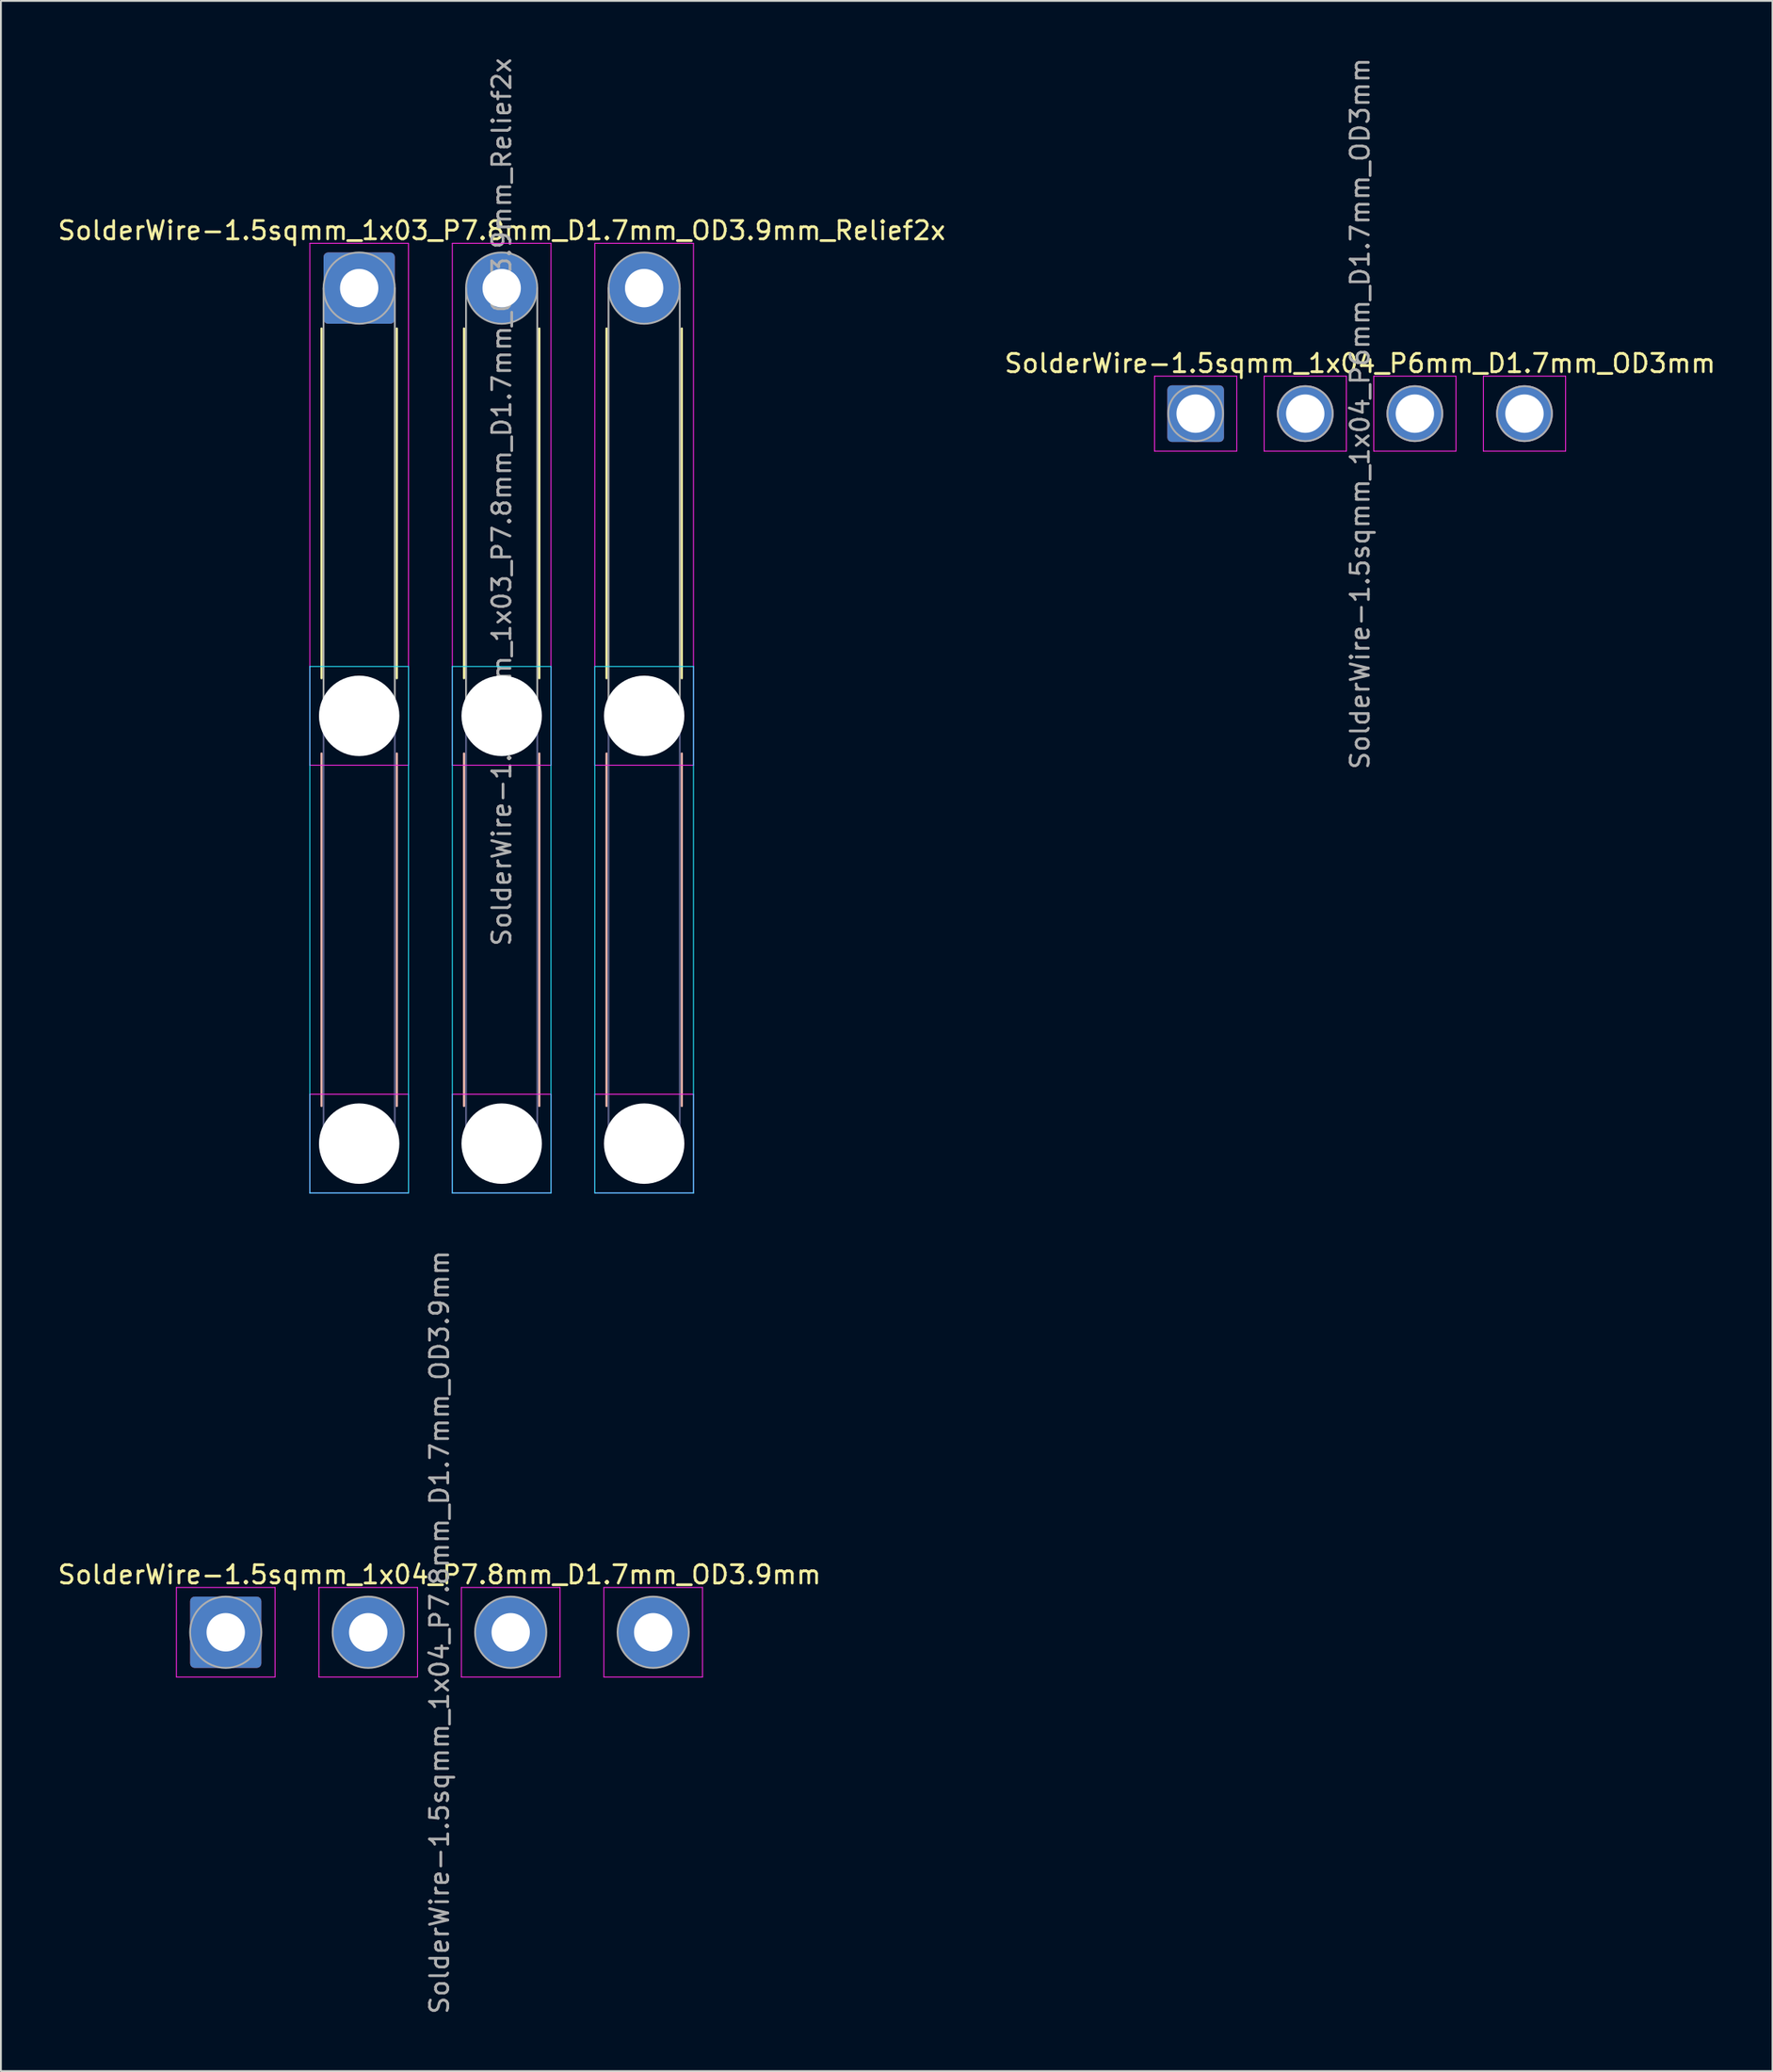
<source format=kicad_pcb>
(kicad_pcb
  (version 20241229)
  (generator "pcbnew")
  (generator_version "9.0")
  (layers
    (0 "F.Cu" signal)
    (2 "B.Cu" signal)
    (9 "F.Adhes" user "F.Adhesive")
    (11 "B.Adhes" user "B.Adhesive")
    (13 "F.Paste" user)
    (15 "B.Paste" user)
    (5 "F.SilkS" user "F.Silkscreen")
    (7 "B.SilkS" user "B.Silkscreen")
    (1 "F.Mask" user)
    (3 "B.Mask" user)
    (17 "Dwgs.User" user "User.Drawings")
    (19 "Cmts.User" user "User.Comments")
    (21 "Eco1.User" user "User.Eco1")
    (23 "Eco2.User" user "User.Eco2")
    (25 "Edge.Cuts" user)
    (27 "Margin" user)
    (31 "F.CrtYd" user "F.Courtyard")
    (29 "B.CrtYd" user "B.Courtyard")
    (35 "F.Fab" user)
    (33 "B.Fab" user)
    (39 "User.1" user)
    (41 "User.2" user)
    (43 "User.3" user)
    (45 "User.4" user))
  (footprint "SolderWire-1.5sqmm_1x03_P7.8mm_D1.7mm_OD3.9mm_Relief2x"
    (layer "F.Cu")
    (at 16.611 12.711)
    (property "Reference" "SolderWire-1.5sqmm_1x03_P7.8mm_D1.7mm_OD3.9mm_Relief2x" (at 7.8 -3.15 0) (layer "F.SilkS") (effects (font (size 1 1) (thickness 0.15))))
    (attr exclude_from_pos_files exclude_from_bom)
    (fp_line (start -2.06 2.21) (end -2.06 21.34) (stroke (width 0.12) (type solid)) (layer "F.SilkS"))
    (fp_line (start 2.06 2.21) (end 2.06 21.34) (stroke (width 0.12) (type solid)) (layer "F.SilkS"))
    (fp_line (start 5.74 2.21) (end 5.74 21.34) (stroke (width 0.12) (type solid)) (layer "F.SilkS"))
    (fp_line (start 9.86 2.21) (end 9.86 21.34) (stroke (width 0.12) (type solid)) (layer "F.SilkS"))
    (fp_line (start 13.54 2.21) (end 13.54 21.34) (stroke (width 0.12) (type solid)) (layer "F.SilkS"))
    (fp_line (start 17.66 2.21) (end 17.66 21.34) (stroke (width 0.12) (type solid)) (layer "F.SilkS"))
    (fp_line (start -2.06 25.46) (end -2.06 44.74) (stroke (width 0.12) (type solid)) (layer "B.SilkS"))
    (fp_line (start 2.06 25.46) (end 2.06 44.74) (stroke (width 0.12) (type solid)) (layer "B.SilkS"))
    (fp_line (start 5.74 25.46) (end 5.74 44.74) (stroke (width 0.12) (type solid)) (layer "B.SilkS"))
    (fp_line (start 9.86 25.46) (end 9.86 44.74) (stroke (width 0.12) (type solid)) (layer "B.SilkS"))
    (fp_line (start 13.54 25.46) (end 13.54 44.74) (stroke (width 0.12) (type solid)) (layer "B.SilkS"))
    (fp_line (start 17.66 25.46) (end 17.66 44.74) (stroke (width 0.12) (type solid)) (layer "B.SilkS"))
    (fp_line (start -2.7 20.7) (end -2.7 49.5) (stroke (width 0.05) (type solid)) (layer "B.CrtYd"))
    (fp_line (start -2.7 49.5) (end 2.7 49.5) (stroke (width 0.05) (type solid)) (layer "B.CrtYd"))
    (fp_line (start 2.7 20.7) (end -2.7 20.7) (stroke (width 0.05) (type solid)) (layer "B.CrtYd"))
    (fp_line (start 2.7 49.5) (end 2.7 20.7) (stroke (width 0.05) (type solid)) (layer "B.CrtYd"))
    (fp_line (start 5.1 20.7) (end 5.1 49.5) (stroke (width 0.05) (type solid)) (layer "B.CrtYd"))
    (fp_line (start 5.1 49.5) (end 10.5 49.5) (stroke (width 0.05) (type solid)) (layer "B.CrtYd"))
    (fp_line (start 10.5 20.7) (end 5.1 20.7) (stroke (width 0.05) (type solid)) (layer "B.CrtYd"))
    (fp_line (start 10.5 49.5) (end 10.5 20.7) (stroke (width 0.05) (type solid)) (layer "B.CrtYd"))
    (fp_line (start 12.9 20.7) (end 12.9 49.5) (stroke (width 0.05) (type solid)) (layer "B.CrtYd"))
    (fp_line (start 12.9 49.5) (end 18.3 49.5) (stroke (width 0.05) (type solid)) (layer "B.CrtYd"))
    (fp_line (start 18.3 20.7) (end 12.9 20.7) (stroke (width 0.05) (type solid)) (layer "B.CrtYd"))
    (fp_line (start 18.3 49.5) (end 18.3 20.7) (stroke (width 0.05) (type solid)) (layer "B.CrtYd"))
    (fp_line (start -2.7 -2.45) (end -2.7 26.1) (stroke (width 0.05) (type solid)) (layer "F.CrtYd"))
    (fp_line (start -2.7 26.1) (end 2.7 26.1) (stroke (width 0.05) (type solid)) (layer "F.CrtYd"))
    (fp_line (start -2.7 44.1) (end -2.7 49.5) (stroke (width 0.05) (type solid)) (layer "F.CrtYd"))
    (fp_line (start -2.7 49.5) (end 2.7 49.5) (stroke (width 0.05) (type solid)) (layer "F.CrtYd"))
    (fp_line (start 2.7 -2.45) (end -2.7 -2.45) (stroke (width 0.05) (type solid)) (layer "F.CrtYd"))
    (fp_line (start 2.7 26.1) (end 2.7 -2.45) (stroke (width 0.05) (type solid)) (layer "F.CrtYd"))
    (fp_line (start 2.7 44.1) (end -2.7 44.1) (stroke (width 0.05) (type solid)) (layer "F.CrtYd"))
    (fp_line (start 2.7 49.5) (end 2.7 44.1) (stroke (width 0.05) (type solid)) (layer "F.CrtYd"))
    (fp_line (start 5.1 -2.45) (end 5.1 26.1) (stroke (width 0.05) (type solid)) (layer "F.CrtYd"))
    (fp_line (start 5.1 26.1) (end 10.5 26.1) (stroke (width 0.05) (type solid)) (layer "F.CrtYd"))
    (fp_line (start 5.1 44.1) (end 5.1 49.5) (stroke (width 0.05) (type solid)) (layer "F.CrtYd"))
    (fp_line (start 5.1 49.5) (end 10.5 49.5) (stroke (width 0.05) (type solid)) (layer "F.CrtYd"))
    (fp_line (start 10.5 -2.45) (end 5.1 -2.45) (stroke (width 0.05) (type solid)) (layer "F.CrtYd"))
    (fp_line (start 10.5 26.1) (end 10.5 -2.45) (stroke (width 0.05) (type solid)) (layer "F.CrtYd"))
    (fp_line (start 10.5 44.1) (end 5.1 44.1) (stroke (width 0.05) (type solid)) (layer "F.CrtYd"))
    (fp_line (start 10.5 49.5) (end 10.5 44.1) (stroke (width 0.05) (type solid)) (layer "F.CrtYd"))
    (fp_line (start 12.9 -2.45) (end 12.9 26.1) (stroke (width 0.05) (type solid)) (layer "F.CrtYd"))
    (fp_line (start 12.9 26.1) (end 18.3 26.1) (stroke (width 0.05) (type solid)) (layer "F.CrtYd"))
    (fp_line (start 12.9 44.1) (end 12.9 49.5) (stroke (width 0.05) (type solid)) (layer "F.CrtYd"))
    (fp_line (start 12.9 49.5) (end 18.3 49.5) (stroke (width 0.05) (type solid)) (layer "F.CrtYd"))
    (fp_line (start 18.3 -2.45) (end 12.9 -2.45) (stroke (width 0.05) (type solid)) (layer "F.CrtYd"))
    (fp_line (start 18.3 26.1) (end 18.3 -2.45) (stroke (width 0.05) (type solid)) (layer "F.CrtYd"))
    (fp_line (start 18.3 44.1) (end 12.9 44.1) (stroke (width 0.05) (type solid)) (layer "F.CrtYd"))
    (fp_line (start 18.3 49.5) (end 18.3 44.1) (stroke (width 0.05) (type solid)) (layer "F.CrtYd"))
    (fp_line (start -1.95 23.4) (end -1.95 46.8) (stroke (width 0.1) (type solid)) (layer "B.Fab"))
    (fp_line (start 1.95 23.4) (end 1.95 46.8) (stroke (width 0.1) (type solid)) (layer "B.Fab"))
    (fp_line (start 5.85 23.4) (end 5.85 46.8) (stroke (width 0.1) (type solid)) (layer "B.Fab"))
    (fp_line (start 9.75 23.4) (end 9.75 46.8) (stroke (width 0.1) (type solid)) (layer "B.Fab"))
    (fp_line (start 13.65 23.4) (end 13.65 46.8) (stroke (width 0.1) (type solid)) (layer "B.Fab"))
    (fp_line (start 17.55 23.4) (end 17.55 46.8) (stroke (width 0.1) (type solid)) (layer "B.Fab"))
    (fp_circle (center 0 23.4) (end 1.95 23.4) (stroke (width 0.1) (type solid)) (fill no) (layer "B.Fab"))
    (fp_circle (center 0 46.8) (end 1.95 46.8) (stroke (width 0.1) (type solid)) (fill no) (layer "B.Fab"))
    (fp_circle (center 7.8 23.4) (end 9.75 23.4) (stroke (width 0.1) (type solid)) (fill no) (layer "B.Fab"))
    (fp_circle (center 7.8 46.8) (end 9.75 46.8) (stroke (width 0.1) (type solid)) (fill no) (layer "B.Fab"))
    (fp_circle (center 15.6 23.4) (end 17.55 23.4) (stroke (width 0.1) (type solid)) (fill no) (layer "B.Fab"))
    (fp_circle (center 15.6 46.8) (end 17.55 46.8) (stroke (width 0.1) (type solid)) (fill no) (layer "B.Fab"))
    (fp_line (start -1.95 0) (end -1.95 23.4) (stroke (width 0.1) (type solid)) (layer "F.Fab"))
    (fp_line (start 1.95 0) (end 1.95 23.4) (stroke (width 0.1) (type solid)) (layer "F.Fab"))
    (fp_line (start 5.85 0) (end 5.85 23.4) (stroke (width 0.1) (type solid)) (layer "F.Fab"))
    (fp_line (start 9.75 0) (end 9.75 23.4) (stroke (width 0.1) (type solid)) (layer "F.Fab"))
    (fp_line (start 13.65 0) (end 13.65 23.4) (stroke (width 0.1) (type solid)) (layer "F.Fab"))
    (fp_line (start 17.55 0) (end 17.55 23.4) (stroke (width 0.1) (type solid)) (layer "F.Fab"))
    (fp_circle (center 0 0) (end 1.95 0) (stroke (width 0.1) (type solid)) (fill no) (layer "F.Fab"))
    (fp_circle (center 0 23.4) (end 1.95 23.4) (stroke (width 0.1) (type solid)) (fill no) (layer "F.Fab"))
    (fp_circle (center 0 46.8) (end 1.95 46.8) (stroke (width 0.1) (type solid)) (fill no) (layer "F.Fab"))
    (fp_circle (center 7.8 0) (end 9.75 0) (stroke (width 0.1) (type solid)) (fill no) (layer "F.Fab"))
    (fp_circle (center 7.8 23.4) (end 9.75 23.4) (stroke (width 0.1) (type solid)) (fill no) (layer "F.Fab"))
    (fp_circle (center 7.8 46.8) (end 9.75 46.8) (stroke (width 0.1) (type solid)) (fill no) (layer "F.Fab"))
    (fp_circle (center 15.6 0) (end 17.55 0) (stroke (width 0.1) (type solid)) (fill no) (layer "F.Fab"))
    (fp_circle (center 15.6 23.4) (end 17.55 23.4) (stroke (width 0.1) (type solid)) (fill no) (layer "F.Fab"))
    (fp_circle (center 15.6 46.8) (end 17.55 46.8) (stroke (width 0.1) (type solid)) (fill no) (layer "F.Fab"))
    (fp_text user "${REFERENCE}" (at 7.8 11.7 90) (layer "F.Fab") (effects (font (size 1 1) (thickness 0.15))))
    (pad "" np_thru_hole circle (at 0 23.4) (size 4.4 4.4) (drill 4.4) (layers "*.Cu" "*.Mask"))
    (pad "" np_thru_hole circle (at 0 46.8) (size 4.4 4.4) (drill 4.4) (layers "*.Cu" "*.Mask"))
    (pad "" np_thru_hole circle (at 7.8 23.4) (size 4.4 4.4) (drill 4.4) (layers "*.Cu" "*.Mask"))
    (pad "" np_thru_hole circle (at 7.8 46.8) (size 4.4 4.4) (drill 4.4) (layers "*.Cu" "*.Mask"))
    (pad "" np_thru_hole circle (at 15.6 23.4) (size 4.4 4.4) (drill 4.4) (layers "*.Cu" "*.Mask"))
    (pad "" np_thru_hole circle (at 15.6 46.8) (size 4.4 4.4) (drill 4.4) (layers "*.Cu" "*.Mask"))
    (pad "1" thru_hole roundrect (at 0 0) (size 3.9 3.9) (drill 2.1) (layers "*.Cu" "*.Mask") (roundrect_rratio 0.064))
    (pad "2" thru_hole circle (at 7.8 0) (size 3.9 3.9) (drill 2.1) (layers "*.Cu" "*.Mask"))
    (pad "3" thru_hole circle (at 15.6 0) (size 3.9 3.9) (drill 2.1) (layers "*.Cu" "*.Mask")))
  (footprint "SolderWire-1.5sqmm_1x04_P6mm_D1.7mm_OD3mm"
    (layer "F.Cu")
    (at 62.399 19.577)
    (property "Reference" "SolderWire-1.5sqmm_1x04_P6mm_D1.7mm_OD3mm" (at 9 -2.75 0) (layer "F.SilkS") (effects (font (size 1 1) (thickness 0.15))))
    (attr exclude_from_pos_files exclude_from_bom)
    (fp_line (start -2.25 -2.05) (end -2.25 2.05) (stroke (width 0.05) (type solid)) (layer "F.CrtYd"))
    (fp_line (start -2.25 2.05) (end 2.25 2.05) (stroke (width 0.05) (type solid)) (layer "F.CrtYd"))
    (fp_line (start 2.25 -2.05) (end -2.25 -2.05) (stroke (width 0.05) (type solid)) (layer "F.CrtYd"))
    (fp_line (start 2.25 2.05) (end 2.25 -2.05) (stroke (width 0.05) (type solid)) (layer "F.CrtYd"))
    (fp_line (start 3.75 -2.05) (end 3.75 2.05) (stroke (width 0.05) (type solid)) (layer "F.CrtYd"))
    (fp_line (start 3.75 2.05) (end 8.25 2.05) (stroke (width 0.05) (type solid)) (layer "F.CrtYd"))
    (fp_line (start 8.25 -2.05) (end 3.75 -2.05) (stroke (width 0.05) (type solid)) (layer "F.CrtYd"))
    (fp_line (start 8.25 2.05) (end 8.25 -2.05) (stroke (width 0.05) (type solid)) (layer "F.CrtYd"))
    (fp_line (start 9.75 -2.05) (end 9.75 2.05) (stroke (width 0.05) (type solid)) (layer "F.CrtYd"))
    (fp_line (start 9.75 2.05) (end 14.25 2.05) (stroke (width 0.05) (type solid)) (layer "F.CrtYd"))
    (fp_line (start 14.25 -2.05) (end 9.75 -2.05) (stroke (width 0.05) (type solid)) (layer "F.CrtYd"))
    (fp_line (start 14.25 2.05) (end 14.25 -2.05) (stroke (width 0.05) (type solid)) (layer "F.CrtYd"))
    (fp_line (start 15.75 -2.05) (end 15.75 2.05) (stroke (width 0.05) (type solid)) (layer "F.CrtYd"))
    (fp_line (start 15.75 2.05) (end 20.25 2.05) (stroke (width 0.05) (type solid)) (layer "F.CrtYd"))
    (fp_line (start 20.25 -2.05) (end 15.75 -2.05) (stroke (width 0.05) (type solid)) (layer "F.CrtYd"))
    (fp_line (start 20.25 2.05) (end 20.25 -2.05) (stroke (width 0.05) (type solid)) (layer "F.CrtYd"))
    (fp_circle (center 0 0) (end 1.5 0) (stroke (width 0.1) (type solid)) (fill no) (layer "F.Fab"))
    (fp_circle (center 6 0) (end 7.5 0) (stroke (width 0.1) (type solid)) (fill no) (layer "F.Fab"))
    (fp_circle (center 12 0) (end 13.5 0) (stroke (width 0.1) (type solid)) (fill no) (layer "F.Fab"))
    (fp_circle (center 18 0) (end 19.5 0) (stroke (width 0.1) (type solid)) (fill no) (layer "F.Fab"))
    (fp_text user "${REFERENCE}" (at 9 0 90) (layer "F.Fab") (effects (font (size 1 1) (thickness 0.15))))
    (pad "1" thru_hole roundrect (at 0 0) (size 3.1 3.1) (drill 2.1) (layers "*.Cu" "*.Mask") (roundrect_rratio 0.081))
    (pad "2" thru_hole circle (at 6 0) (size 3.1 3.1) (drill 2.1) (layers "*.Cu" "*.Mask"))
    (pad "3" thru_hole circle (at 12 0) (size 3.1 3.1) (drill 2.1) (layers "*.Cu" "*.Mask"))
    (pad "4" thru_hole circle (at 18 0) (size 3.1 3.1) (drill 2.1) (layers "*.Cu" "*.Mask")))
  (footprint "SolderWire-1.5sqmm_1x04_P7.8mm_D1.7mm_OD3.9mm"
    (layer "F.Cu")
    (at 9.306 86.242)
    (property "Reference" "SolderWire-1.5sqmm_1x04_P7.8mm_D1.7mm_OD3.9mm" (at 11.7 -3.15 0) (layer "F.SilkS") (effects (font (size 1 1) (thickness 0.15))))
    (attr exclude_from_pos_files exclude_from_bom)
    (fp_line (start -2.7 -2.45) (end -2.7 2.45) (stroke (width 0.05) (type solid)) (layer "F.CrtYd"))
    (fp_line (start -2.7 2.45) (end 2.7 2.45) (stroke (width 0.05) (type solid)) (layer "F.CrtYd"))
    (fp_line (start 2.7 -2.45) (end -2.7 -2.45) (stroke (width 0.05) (type solid)) (layer "F.CrtYd"))
    (fp_line (start 2.7 2.45) (end 2.7 -2.45) (stroke (width 0.05) (type solid)) (layer "F.CrtYd"))
    (fp_line (start 5.1 -2.45) (end 5.1 2.45) (stroke (width 0.05) (type solid)) (layer "F.CrtYd"))
    (fp_line (start 5.1 2.45) (end 10.5 2.45) (stroke (width 0.05) (type solid)) (layer "F.CrtYd"))
    (fp_line (start 10.5 -2.45) (end 5.1 -2.45) (stroke (width 0.05) (type solid)) (layer "F.CrtYd"))
    (fp_line (start 10.5 2.45) (end 10.5 -2.45) (stroke (width 0.05) (type solid)) (layer "F.CrtYd"))
    (fp_line (start 12.9 -2.45) (end 12.9 2.45) (stroke (width 0.05) (type solid)) (layer "F.CrtYd"))
    (fp_line (start 12.9 2.45) (end 18.3 2.45) (stroke (width 0.05) (type solid)) (layer "F.CrtYd"))
    (fp_line (start 18.3 -2.45) (end 12.9 -2.45) (stroke (width 0.05) (type solid)) (layer "F.CrtYd"))
    (fp_line (start 18.3 2.45) (end 18.3 -2.45) (stroke (width 0.05) (type solid)) (layer "F.CrtYd"))
    (fp_line (start 20.7 -2.45) (end 20.7 2.45) (stroke (width 0.05) (type solid)) (layer "F.CrtYd"))
    (fp_line (start 20.7 2.45) (end 26.1 2.45) (stroke (width 0.05) (type solid)) (layer "F.CrtYd"))
    (fp_line (start 26.1 -2.45) (end 20.7 -2.45) (stroke (width 0.05) (type solid)) (layer "F.CrtYd"))
    (fp_line (start 26.1 2.45) (end 26.1 -2.45) (stroke (width 0.05) (type solid)) (layer "F.CrtYd"))
    (fp_circle (center 0 0) (end 1.95 0) (stroke (width 0.1) (type solid)) (fill no) (layer "F.Fab"))
    (fp_circle (center 7.8 0) (end 9.75 0) (stroke (width 0.1) (type solid)) (fill no) (layer "F.Fab"))
    (fp_circle (center 15.6 0) (end 17.55 0) (stroke (width 0.1) (type solid)) (fill no) (layer "F.Fab"))
    (fp_circle (center 23.4 0) (end 25.35 0) (stroke (width 0.1) (type solid)) (fill no) (layer "F.Fab"))
    (fp_text user "${REFERENCE}" (at 11.7 0 90) (layer "F.Fab") (effects (font (size 1 1) (thickness 0.15))))
    (pad "1" thru_hole roundrect (at 0 0) (size 3.9 3.9) (drill 2.1) (layers "*.Cu" "*.Mask") (roundrect_rratio 0.064))
    (pad "2" thru_hole circle (at 7.8 0) (size 3.9 3.9) (drill 2.1) (layers "*.Cu" "*.Mask"))
    (pad "3" thru_hole circle (at 15.6 0) (size 3.9 3.9) (drill 2.1) (layers "*.Cu" "*.Mask"))
    (pad "4" thru_hole circle (at 23.4 0) (size 3.9 3.9) (drill 2.1) (layers "*.Cu" "*.Mask")))
  (gr_rect
    (start -3 -3)
    (end 93.976 110.248)
    (stroke (width 0.1) (type default))
    (fill no)
    (layer "Edge.Cuts")))
</source>
